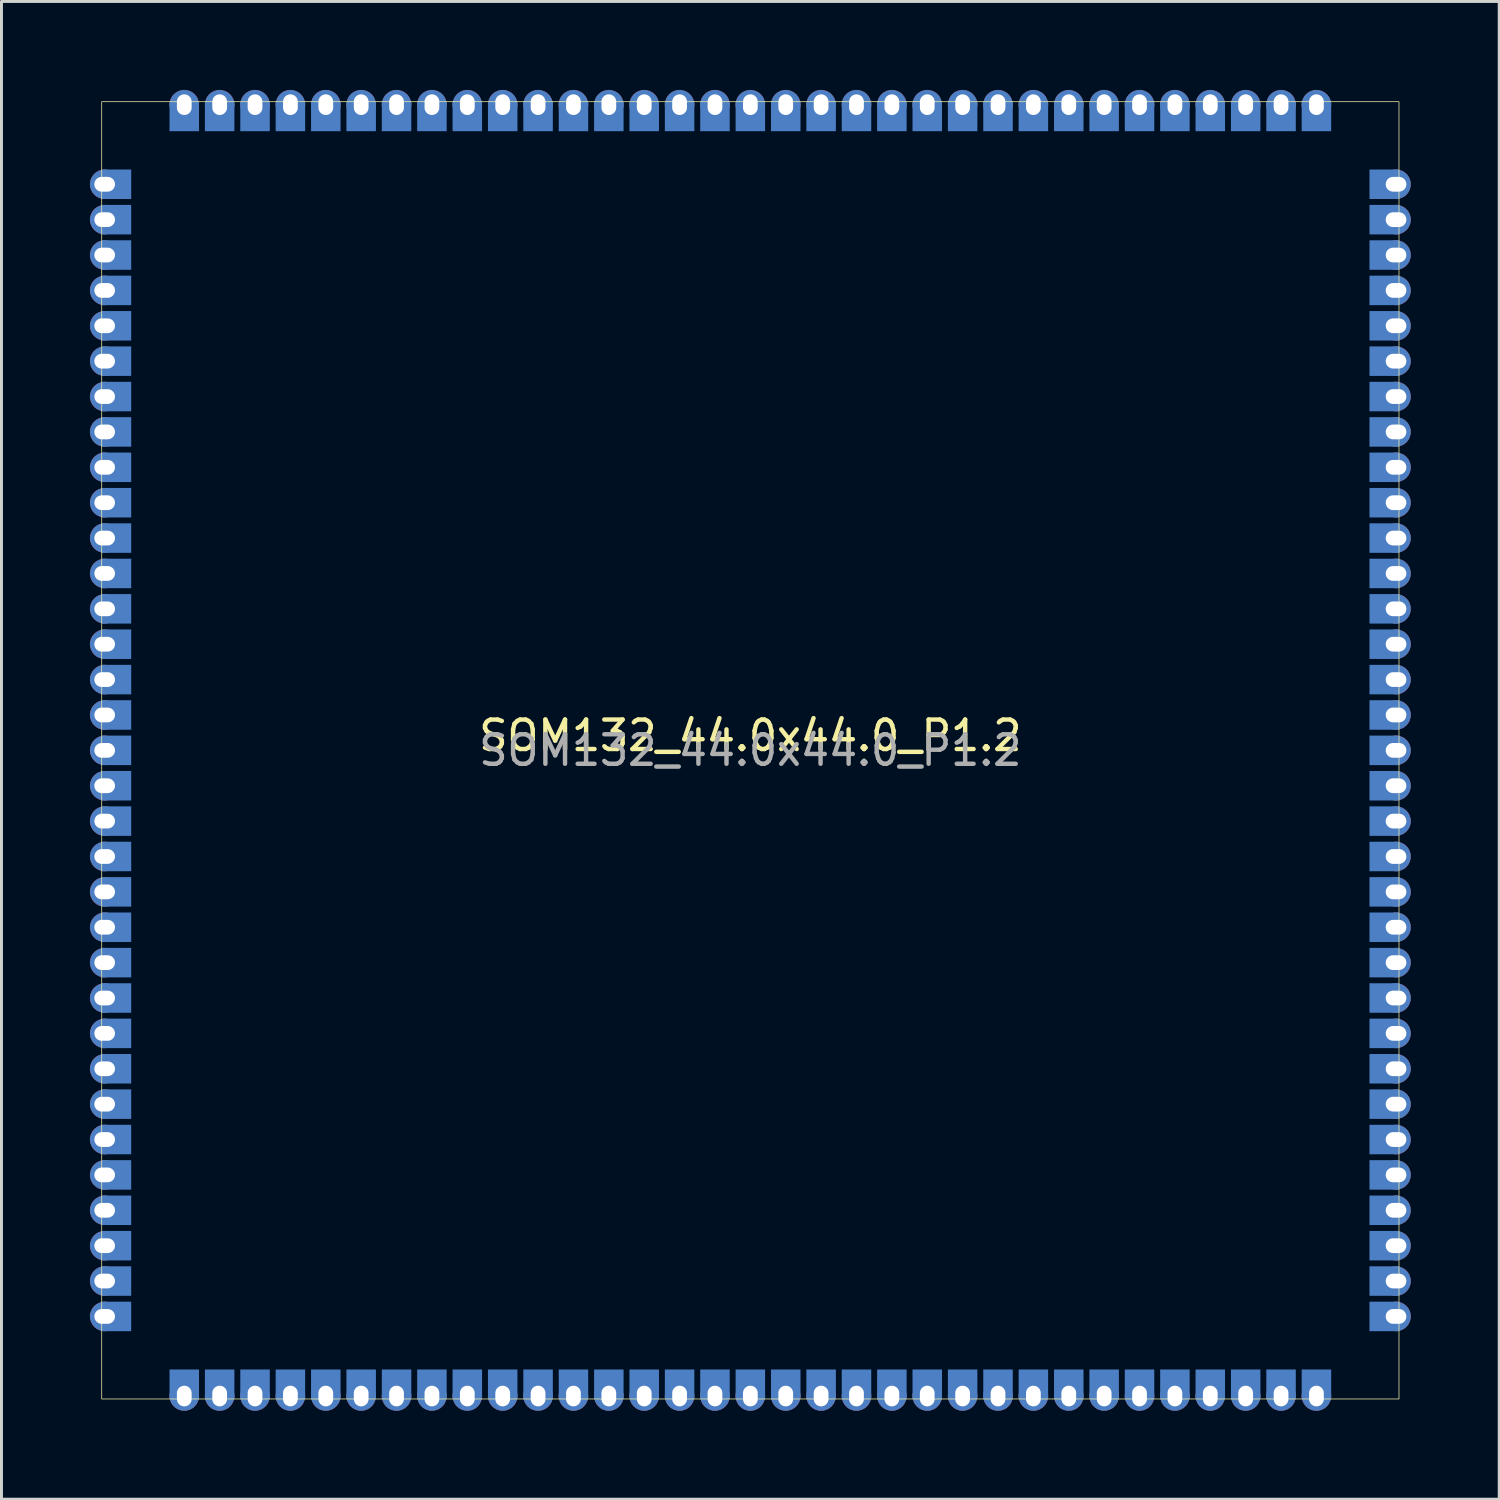
<source format=kicad_pcb>
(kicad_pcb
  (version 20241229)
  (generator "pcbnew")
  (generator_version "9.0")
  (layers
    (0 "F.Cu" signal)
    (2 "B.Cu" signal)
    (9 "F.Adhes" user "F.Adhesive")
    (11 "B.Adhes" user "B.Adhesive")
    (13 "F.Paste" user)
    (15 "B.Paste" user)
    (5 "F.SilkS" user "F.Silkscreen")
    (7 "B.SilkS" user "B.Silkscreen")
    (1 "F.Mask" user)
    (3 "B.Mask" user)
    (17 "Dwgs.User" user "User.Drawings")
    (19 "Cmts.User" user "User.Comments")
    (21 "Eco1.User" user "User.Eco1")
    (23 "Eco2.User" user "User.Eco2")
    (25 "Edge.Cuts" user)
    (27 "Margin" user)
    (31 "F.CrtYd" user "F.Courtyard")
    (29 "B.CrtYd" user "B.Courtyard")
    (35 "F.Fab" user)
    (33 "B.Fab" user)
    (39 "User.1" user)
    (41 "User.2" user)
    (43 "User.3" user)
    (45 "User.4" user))
  (footprint "SOM132_44.0x44.0_P1.2"
    (layer "F.Cu")
    (at 22.4 22.4)
    (property "Reference" "SOM132_44.0x44.0_P1.2" (at 0 -0.5 0) (unlocked yes) (layer "F.SilkS") (effects (font (size 1 1) (thickness 0.15))))
    (attr smd)
    (fp_rect (start -22 -22) (end 22 22) (stroke (width 0.025) (type solid)) (fill no) (layer "F.SilkS"))
    (fp_text user "${REFERENCE}" (at 0 0 0) (unlocked yes) (layer "F.Fab") (effects (font (size 1 1) (thickness 0.15))))
    (pad "1" thru_hole circle (at -21.9 -19.2) (size 1 1) (drill oval 0.7 0.5) (layers "*.Cu" "*.Mask"))
    (pad "1" smd rect (at -21.5 -19.2) (size 1 1) (layers "B.Cu" "B.Mask"))
    (pad "2" thru_hole circle (at -21.9 -18) (size 1 1) (drill oval 0.7 0.5) (layers "*.Cu" "*.Mask"))
    (pad "2" smd rect (at -21.5 -18) (size 1 1) (layers "B.Cu" "B.Mask"))
    (pad "3" thru_hole circle (at -21.9 -16.8) (size 1 1) (drill oval 0.7 0.5) (layers "*.Cu" "*.Mask"))
    (pad "3" smd rect (at -21.5 -16.8) (size 1 1) (layers "B.Cu" "B.Mask"))
    (pad "4" thru_hole circle (at -21.9 -15.6) (size 1 1) (drill oval 0.7 0.5) (layers "*.Cu" "*.Mask"))
    (pad "4" smd rect (at -21.5 -15.6) (size 1 1) (layers "B.Cu" "B.Mask"))
    (pad "5" thru_hole circle (at -21.9 -14.4) (size 1 1) (drill oval 0.7 0.5) (layers "*.Cu" "*.Mask"))
    (pad "5" smd rect (at -21.5 -14.4) (size 1 1) (layers "B.Cu" "B.Mask"))
    (pad "6" thru_hole circle (at -21.9 -13.2) (size 1 1) (drill oval 0.7 0.5) (layers "*.Cu" "*.Mask"))
    (pad "6" smd rect (at -21.5 -13.2) (size 1 1) (layers "B.Cu" "B.Mask"))
    (pad "7" thru_hole circle (at -21.9 -12) (size 1 1) (drill oval 0.7 0.5) (layers "*.Cu" "*.Mask"))
    (pad "7" smd rect (at -21.5 -12) (size 1 1) (layers "B.Cu" "B.Mask"))
    (pad "8" thru_hole circle (at -21.9 -10.8) (size 1 1) (drill oval 0.7 0.5) (layers "*.Cu" "*.Mask"))
    (pad "8" smd rect (at -21.5 -10.8) (size 1 1) (layers "B.Cu" "B.Mask"))
    (pad "9" thru_hole circle (at -21.9 -9.6) (size 1 1) (drill oval 0.7 0.5) (layers "*.Cu" "*.Mask"))
    (pad "9" smd rect (at -21.5 -9.6) (size 1 1) (layers "B.Cu" "B.Mask"))
    (pad "10" thru_hole circle (at -21.9 -8.4) (size 1 1) (drill oval 0.7 0.5) (layers "*.Cu" "*.Mask"))
    (pad "10" smd rect (at -21.5 -8.4) (size 1 1) (layers "B.Cu" "B.Mask"))
    (pad "11" thru_hole circle (at -21.9 -7.2) (size 1 1) (drill oval 0.7 0.5) (layers "*.Cu" "*.Mask"))
    (pad "11" smd rect (at -21.5 -7.2) (size 1 1) (layers "B.Cu" "B.Mask"))
    (pad "12" thru_hole circle (at -21.9 -6) (size 1 1) (drill oval 0.7 0.5) (layers "*.Cu" "*.Mask"))
    (pad "12" smd rect (at -21.5 -6) (size 1 1) (layers "B.Cu" "B.Mask"))
    (pad "13" thru_hole circle (at -21.9 -4.8) (size 1 1) (drill oval 0.7 0.5) (layers "*.Cu" "*.Mask"))
    (pad "13" smd rect (at -21.5 -4.8) (size 1 1) (layers "B.Cu" "B.Mask"))
    (pad "14" thru_hole circle (at -21.9 -3.6) (size 1 1) (drill oval 0.7 0.5) (layers "*.Cu" "*.Mask"))
    (pad "14" smd rect (at -21.5 -3.6) (size 1 1) (layers "B.Cu" "B.Mask"))
    (pad "15" thru_hole circle (at -21.9 -2.4) (size 1 1) (drill oval 0.7 0.5) (layers "*.Cu" "*.Mask"))
    (pad "15" smd rect (at -21.5 -2.4) (size 1 1) (layers "B.Cu" "B.Mask"))
    (pad "16" thru_hole circle (at -21.9 -1.2) (size 1 1) (drill oval 0.7 0.5) (layers "*.Cu" "*.Mask"))
    (pad "16" smd rect (at -21.5 -1.2) (size 1 1) (layers "B.Cu" "B.Mask"))
    (pad "17" thru_hole circle (at -21.9 0) (size 1 1) (drill oval 0.7 0.5) (layers "*.Cu" "*.Mask"))
    (pad "17" smd rect (at -21.5 0) (size 1 1) (layers "B.Cu" "B.Mask"))
    (pad "18" thru_hole circle (at -21.9 1.2) (size 1 1) (drill oval 0.7 0.5) (layers "*.Cu" "*.Mask"))
    (pad "18" smd rect (at -21.5 1.2) (size 1 1) (layers "B.Cu" "B.Mask"))
    (pad "19" thru_hole circle (at -21.9 2.4) (size 1 1) (drill oval 0.7 0.5) (layers "*.Cu" "*.Mask"))
    (pad "19" smd rect (at -21.5 2.4) (size 1 1) (layers "B.Cu" "B.Mask"))
    (pad "20" thru_hole circle (at -21.9 3.6) (size 1 1) (drill oval 0.7 0.5) (layers "*.Cu" "*.Mask"))
    (pad "20" smd rect (at -21.5 3.6) (size 1 1) (layers "B.Cu" "B.Mask"))
    (pad "21" thru_hole circle (at -21.9 4.8) (size 1 1) (drill oval 0.7 0.5) (layers "*.Cu" "*.Mask"))
    (pad "21" smd rect (at -21.5 4.8) (size 1 1) (layers "B.Cu" "B.Mask"))
    (pad "22" thru_hole circle (at -21.9 6) (size 1 1) (drill oval 0.7 0.5) (layers "*.Cu" "*.Mask"))
    (pad "22" smd rect (at -21.5 6) (size 1 1) (layers "B.Cu" "B.Mask"))
    (pad "23" thru_hole circle (at -21.9 7.2) (size 1 1) (drill oval 0.7 0.5) (layers "*.Cu" "*.Mask"))
    (pad "23" smd rect (at -21.5 7.2) (size 1 1) (layers "B.Cu" "B.Mask"))
    (pad "24" thru_hole circle (at -21.9 8.4) (size 1 1) (drill oval 0.7 0.5) (layers "*.Cu" "*.Mask"))
    (pad "24" smd rect (at -21.5 8.4) (size 1 1) (layers "B.Cu" "B.Mask"))
    (pad "25" thru_hole circle (at -21.9 9.6) (size 1 1) (drill oval 0.7 0.5) (layers "*.Cu" "*.Mask"))
    (pad "25" smd rect (at -21.5 9.6) (size 1 1) (layers "B.Cu" "B.Mask"))
    (pad "26" thru_hole circle (at -21.9 10.8) (size 1 1) (drill oval 0.7 0.5) (layers "*.Cu" "*.Mask"))
    (pad "26" smd rect (at -21.5 10.8) (size 1 1) (layers "B.Cu" "B.Mask"))
    (pad "27" thru_hole circle (at -21.9 12) (size 1 1) (drill oval 0.7 0.5) (layers "*.Cu" "*.Mask"))
    (pad "27" smd rect (at -21.5 12) (size 1 1) (layers "B.Cu" "B.Mask"))
    (pad "28" thru_hole circle (at -21.9 13.2) (size 1 1) (drill oval 0.7 0.5) (layers "*.Cu" "*.Mask"))
    (pad "28" smd rect (at -21.5 13.2) (size 1 1) (layers "B.Cu" "B.Mask"))
    (pad "29" thru_hole circle (at -21.9 14.4) (size 1 1) (drill oval 0.7 0.5) (layers "*.Cu" "*.Mask"))
    (pad "29" smd rect (at -21.5 14.4) (size 1 1) (layers "B.Cu" "B.Mask"))
    (pad "30" thru_hole circle (at -21.9 15.6) (size 1 1) (drill oval 0.7 0.5) (layers "*.Cu" "*.Mask"))
    (pad "30" smd rect (at -21.5 15.6) (size 1 1) (layers "B.Cu" "B.Mask"))
    (pad "31" thru_hole circle (at -21.9 16.8) (size 1 1) (drill oval 0.7 0.5) (layers "*.Cu" "*.Mask"))
    (pad "31" smd rect (at -21.5 16.8) (size 1 1) (layers "B.Cu" "B.Mask"))
    (pad "32" thru_hole circle (at -21.9 18) (size 1 1) (drill oval 0.7 0.5) (layers "*.Cu" "*.Mask"))
    (pad "32" smd rect (at -21.5 18) (size 1 1) (layers "B.Cu" "B.Mask"))
    (pad "33" thru_hole circle (at -21.9 19.2) (size 1 1) (drill oval 0.7 0.5) (layers "*.Cu" "*.Mask"))
    (pad "33" smd rect (at -21.5 19.2) (size 1 1) (layers "B.Cu" "B.Mask"))
    (pad "34" smd rect (at -19.2 21.5) (size 1 1) (layers "B.Cu" "B.Mask"))
    (pad "34" thru_hole circle (at -19.2 21.9 90) (size 1 1) (drill oval 0.7 0.5) (layers "*.Cu" "*.Mask"))
    (pad "35" smd rect (at -18 21.5) (size 1 1) (layers "B.Cu" "B.Mask"))
    (pad "35" thru_hole circle (at -18 21.9 90) (size 1 1) (drill oval 0.7 0.5) (layers "*.Cu" "*.Mask"))
    (pad "36" smd rect (at -16.8 21.5) (size 1 1) (layers "B.Cu" "B.Mask"))
    (pad "36" thru_hole circle (at -16.8 21.9 90) (size 1 1) (drill oval 0.7 0.5) (layers "*.Cu" "*.Mask"))
    (pad "37" smd rect (at -15.6 21.5) (size 1 1) (layers "B.Cu" "B.Mask"))
    (pad "37" thru_hole circle (at -15.6 21.9 90) (size 1 1) (drill oval 0.7 0.5) (layers "*.Cu" "*.Mask"))
    (pad "38" smd rect (at -14.4 21.5) (size 1 1) (layers "B.Cu" "B.Mask"))
    (pad "38" thru_hole circle (at -14.4 21.9 90) (size 1 1) (drill oval 0.7 0.5) (layers "*.Cu" "*.Mask"))
    (pad "39" smd rect (at -13.2 21.5) (size 1 1) (layers "B.Cu" "B.Mask"))
    (pad "39" thru_hole circle (at -13.2 21.9 90) (size 1 1) (drill oval 0.7 0.5) (layers "*.Cu" "*.Mask"))
    (pad "40" smd rect (at -12 21.5) (size 1 1) (layers "B.Cu" "B.Mask"))
    (pad "40" thru_hole circle (at -12 21.9 90) (size 1 1) (drill oval 0.7 0.5) (layers "*.Cu" "*.Mask"))
    (pad "41" smd rect (at -10.8 21.5) (size 1 1) (layers "B.Cu" "B.Mask"))
    (pad "41" thru_hole circle (at -10.8 21.9 90) (size 1 1) (drill oval 0.7 0.5) (layers "*.Cu" "*.Mask"))
    (pad "42" smd rect (at -9.6 21.5) (size 1 1) (layers "B.Cu" "B.Mask"))
    (pad "42" thru_hole circle (at -9.6 21.9 90) (size 1 1) (drill oval 0.7 0.5) (layers "*.Cu" "*.Mask"))
    (pad "43" smd rect (at -8.4 21.5) (size 1 1) (layers "B.Cu" "B.Mask"))
    (pad "43" thru_hole circle (at -8.4 21.9 90) (size 1 1) (drill oval 0.7 0.5) (layers "*.Cu" "*.Mask"))
    (pad "44" smd rect (at -7.2 21.5) (size 1 1) (layers "B.Cu" "B.Mask"))
    (pad "44" thru_hole circle (at -7.2 21.9 90) (size 1 1) (drill oval 0.7 0.5) (layers "*.Cu" "*.Mask"))
    (pad "45" smd rect (at -6 21.5) (size 1 1) (layers "B.Cu" "B.Mask"))
    (pad "45" thru_hole circle (at -6 21.9 90) (size 1 1) (drill oval 0.7 0.5) (layers "*.Cu" "*.Mask"))
    (pad "46" smd rect (at -4.8 21.5) (size 1 1) (layers "B.Cu" "B.Mask"))
    (pad "46" thru_hole circle (at -4.8 21.9 90) (size 1 1) (drill oval 0.7 0.5) (layers "*.Cu" "*.Mask"))
    (pad "47" smd rect (at -3.6 21.5) (size 1 1) (layers "B.Cu" "B.Mask"))
    (pad "47" thru_hole circle (at -3.6 21.9 90) (size 1 1) (drill oval 0.7 0.5) (layers "*.Cu" "*.Mask"))
    (pad "48" smd rect (at -2.4 21.5) (size 1 1) (layers "B.Cu" "B.Mask"))
    (pad "48" thru_hole circle (at -2.4 21.9 90) (size 1 1) (drill oval 0.7 0.5) (layers "*.Cu" "*.Mask"))
    (pad "49" smd rect (at -1.2 21.5) (size 1 1) (layers "B.Cu" "B.Mask"))
    (pad "49" thru_hole circle (at -1.2 21.9 90) (size 1 1) (drill oval 0.7 0.5) (layers "*.Cu" "*.Mask"))
    (pad "50" smd rect (at 0 21.5) (size 1 1) (layers "B.Cu" "B.Mask"))
    (pad "50" thru_hole circle (at 0 21.9 90) (size 1 1) (drill oval 0.7 0.5) (layers "*.Cu" "*.Mask"))
    (pad "51" smd rect (at 1.2 21.5) (size 1 1) (layers "B.Cu" "B.Mask"))
    (pad "51" thru_hole circle (at 1.2 21.9 90) (size 1 1) (drill oval 0.7 0.5) (layers "*.Cu" "*.Mask"))
    (pad "52" smd rect (at 2.4 21.5) (size 1 1) (layers "B.Cu" "B.Mask"))
    (pad "52" thru_hole circle (at 2.4 21.9 90) (size 1 1) (drill oval 0.7 0.5) (layers "*.Cu" "*.Mask"))
    (pad "53" smd rect (at 3.6 21.5) (size 1 1) (layers "B.Cu" "B.Mask"))
    (pad "53" thru_hole circle (at 3.6 21.9 90) (size 1 1) (drill oval 0.7 0.5) (layers "*.Cu" "*.Mask"))
    (pad "54" smd rect (at 4.8 21.5) (size 1 1) (layers "B.Cu" "B.Mask"))
    (pad "54" thru_hole circle (at 4.8 21.9 90) (size 1 1) (drill oval 0.7 0.5) (layers "*.Cu" "*.Mask"))
    (pad "55" smd rect (at 6 21.5) (size 1 1) (layers "B.Cu" "B.Mask"))
    (pad "55" thru_hole circle (at 6 21.9 90) (size 1 1) (drill oval 0.7 0.5) (layers "*.Cu" "*.Mask"))
    (pad "56" smd rect (at 7.2 21.5) (size 1 1) (layers "B.Cu" "B.Mask"))
    (pad "56" thru_hole circle (at 7.2 21.9 90) (size 1 1) (drill oval 0.7 0.5) (layers "*.Cu" "*.Mask"))
    (pad "57" smd rect (at 8.4 21.5) (size 1 1) (layers "B.Cu" "B.Mask"))
    (pad "57" thru_hole circle (at 8.4 21.9 90) (size 1 1) (drill oval 0.7 0.5) (layers "*.Cu" "*.Mask"))
    (pad "58" smd rect (at 9.6 21.5) (size 1 1) (layers "B.Cu" "B.Mask"))
    (pad "58" thru_hole circle (at 9.6 21.9 90) (size 1 1) (drill oval 0.7 0.5) (layers "*.Cu" "*.Mask"))
    (pad "59" smd rect (at 10.8 21.5) (size 1 1) (layers "B.Cu" "B.Mask"))
    (pad "59" thru_hole circle (at 10.8 21.9 90) (size 1 1) (drill oval 0.7 0.5) (layers "*.Cu" "*.Mask"))
    (pad "60" smd rect (at 12 21.5) (size 1 1) (layers "B.Cu" "B.Mask"))
    (pad "60" thru_hole circle (at 12 21.9 90) (size 1 1) (drill oval 0.7 0.5) (layers "*.Cu" "*.Mask"))
    (pad "61" smd rect (at 13.2 21.5) (size 1 1) (layers "B.Cu" "B.Mask"))
    (pad "61" thru_hole circle (at 13.2 21.9 90) (size 1 1) (drill oval 0.7 0.5) (layers "*.Cu" "*.Mask"))
    (pad "62" smd rect (at 14.4 21.5) (size 1 1) (layers "B.Cu" "B.Mask"))
    (pad "62" thru_hole circle (at 14.4 21.9 90) (size 1 1) (drill oval 0.7 0.5) (layers "*.Cu" "*.Mask"))
    (pad "63" smd rect (at 15.6 21.5) (size 1 1) (layers "B.Cu" "B.Mask"))
    (pad "63" thru_hole circle (at 15.6 21.9 90) (size 1 1) (drill oval 0.7 0.5) (layers "*.Cu" "*.Mask"))
    (pad "64" smd rect (at 16.8 21.5) (size 1 1) (layers "B.Cu" "B.Mask"))
    (pad "64" thru_hole circle (at 16.8 21.9 90) (size 1 1) (drill oval 0.7 0.5) (layers "*.Cu" "*.Mask"))
    (pad "65" smd rect (at 18 21.5) (size 1 1) (layers "B.Cu" "B.Mask"))
    (pad "65" thru_hole circle (at 18 21.9 90) (size 1 1) (drill oval 0.7 0.5) (layers "*.Cu" "*.Mask"))
    (pad "66" smd rect (at 19.2 21.5) (size 1 1) (layers "B.Cu" "B.Mask"))
    (pad "66" thru_hole circle (at 19.2 21.9 90) (size 1 1) (drill oval 0.7 0.5) (layers "*.Cu" "*.Mask"))
    (pad "67" smd rect (at 21.5 19.2) (size 1 1) (layers "B.Cu" "B.Mask"))
    (pad "67" thru_hole circle (at 21.9 19.2) (size 1 1) (drill oval 0.7 0.5) (layers "*.Cu" "*.Mask"))
    (pad "68" smd rect (at 21.5 18) (size 1 1) (layers "B.Cu" "B.Mask"))
    (pad "68" thru_hole circle (at 21.9 18) (size 1 1) (drill oval 0.7 0.5) (layers "*.Cu" "*.Mask"))
    (pad "69" smd rect (at 21.5 16.8) (size 1 1) (layers "B.Cu" "B.Mask"))
    (pad "69" thru_hole circle (at 21.9 16.8) (size 1 1) (drill oval 0.7 0.5) (layers "*.Cu" "*.Mask"))
    (pad "70" smd rect (at 21.5 15.6) (size 1 1) (layers "B.Cu" "B.Mask"))
    (pad "70" thru_hole circle (at 21.9 15.6) (size 1 1) (drill oval 0.7 0.5) (layers "*.Cu" "*.Mask"))
    (pad "71" smd rect (at 21.5 14.4) (size 1 1) (layers "B.Cu" "B.Mask"))
    (pad "71" thru_hole circle (at 21.9 14.4) (size 1 1) (drill oval 0.7 0.5) (layers "*.Cu" "*.Mask"))
    (pad "72" smd rect (at 21.5 13.2) (size 1 1) (layers "B.Cu" "B.Mask"))
    (pad "72" thru_hole circle (at 21.9 13.2) (size 1 1) (drill oval 0.7 0.5) (layers "*.Cu" "*.Mask"))
    (pad "73" smd rect (at 21.5 12) (size 1 1) (layers "B.Cu" "B.Mask"))
    (pad "73" thru_hole circle (at 21.9 12) (size 1 1) (drill oval 0.7 0.5) (layers "*.Cu" "*.Mask"))
    (pad "74" smd rect (at 21.5 10.8) (size 1 1) (layers "B.Cu" "B.Mask"))
    (pad "74" thru_hole circle (at 21.9 10.8) (size 1 1) (drill oval 0.7 0.5) (layers "*.Cu" "*.Mask"))
    (pad "75" smd rect (at 21.5 9.6) (size 1 1) (layers "B.Cu" "B.Mask"))
    (pad "75" thru_hole circle (at 21.9 9.6) (size 1 1) (drill oval 0.7 0.5) (layers "*.Cu" "*.Mask"))
    (pad "76" smd rect (at 21.5 8.4) (size 1 1) (layers "B.Cu" "B.Mask"))
    (pad "76" thru_hole circle (at 21.9 8.4) (size 1 1) (drill oval 0.7 0.5) (layers "*.Cu" "*.Mask"))
    (pad "77" smd rect (at 21.5 7.2) (size 1 1) (layers "B.Cu" "B.Mask"))
    (pad "77" thru_hole circle (at 21.9 7.2) (size 1 1) (drill oval 0.7 0.5) (layers "*.Cu" "*.Mask"))
    (pad "78" smd rect (at 21.5 6) (size 1 1) (layers "B.Cu" "B.Mask"))
    (pad "78" thru_hole circle (at 21.9 6) (size 1 1) (drill oval 0.7 0.5) (layers "*.Cu" "*.Mask"))
    (pad "79" smd rect (at 21.5 4.8) (size 1 1) (layers "B.Cu" "B.Mask"))
    (pad "79" thru_hole circle (at 21.9 4.8) (size 1 1) (drill oval 0.7 0.5) (layers "*.Cu" "*.Mask"))
    (pad "80" smd rect (at 21.5 3.6) (size 1 1) (layers "B.Cu" "B.Mask"))
    (pad "80" thru_hole circle (at 21.9 3.6) (size 1 1) (drill oval 0.7 0.5) (layers "*.Cu" "*.Mask"))
    (pad "81" smd rect (at 21.5 2.4) (size 1 1) (layers "B.Cu" "B.Mask"))
    (pad "81" thru_hole circle (at 21.9 2.4) (size 1 1) (drill oval 0.7 0.5) (layers "*.Cu" "*.Mask"))
    (pad "82" smd rect (at 21.5 1.2) (size 1 1) (layers "B.Cu" "B.Mask"))
    (pad "82" thru_hole circle (at 21.9 1.2) (size 1 1) (drill oval 0.7 0.5) (layers "*.Cu" "*.Mask"))
    (pad "83" smd rect (at 21.5 0) (size 1 1) (layers "B.Cu" "B.Mask"))
    (pad "83" thru_hole circle (at 21.9 0) (size 1 1) (drill oval 0.7 0.5) (layers "*.Cu" "*.Mask"))
    (pad "84" smd rect (at 21.5 -1.2) (size 1 1) (layers "B.Cu" "B.Mask"))
    (pad "84" thru_hole circle (at 21.9 -1.2) (size 1 1) (drill oval 0.7 0.5) (layers "*.Cu" "*.Mask"))
    (pad "85" smd rect (at 21.5 -2.4) (size 1 1) (layers "B.Cu" "B.Mask"))
    (pad "85" thru_hole circle (at 21.9 -2.4) (size 1 1) (drill oval 0.7 0.5) (layers "*.Cu" "*.Mask"))
    (pad "86" smd rect (at 21.5 -3.6) (size 1 1) (layers "B.Cu" "B.Mask"))
    (pad "86" thru_hole circle (at 21.9 -3.6) (size 1 1) (drill oval 0.7 0.5) (layers "*.Cu" "*.Mask"))
    (pad "87" smd rect (at 21.5 -4.8) (size 1 1) (layers "B.Cu" "B.Mask"))
    (pad "87" thru_hole circle (at 21.9 -4.8) (size 1 1) (drill oval 0.7 0.5) (layers "*.Cu" "*.Mask"))
    (pad "88" smd rect (at 21.5 -6) (size 1 1) (layers "B.Cu" "B.Mask"))
    (pad "88" thru_hole circle (at 21.9 -6) (size 1 1) (drill oval 0.7 0.5) (layers "*.Cu" "*.Mask"))
    (pad "89" smd rect (at 21.5 -7.2) (size 1 1) (layers "B.Cu" "B.Mask"))
    (pad "89" thru_hole circle (at 21.9 -7.2) (size 1 1) (drill oval 0.7 0.5) (layers "*.Cu" "*.Mask"))
    (pad "90" smd rect (at 21.5 -8.4) (size 1 1) (layers "B.Cu" "B.Mask"))
    (pad "90" thru_hole circle (at 21.9 -8.4) (size 1 1) (drill oval 0.7 0.5) (layers "*.Cu" "*.Mask"))
    (pad "91" smd rect (at 21.5 -9.6) (size 1 1) (layers "B.Cu" "B.Mask"))
    (pad "91" thru_hole circle (at 21.9 -9.6) (size 1 1) (drill oval 0.7 0.5) (layers "*.Cu" "*.Mask"))
    (pad "92" smd rect (at 21.5 -10.8) (size 1 1) (layers "B.Cu" "B.Mask"))
    (pad "92" thru_hole circle (at 21.9 -10.8) (size 1 1) (drill oval 0.7 0.5) (layers "*.Cu" "*.Mask"))
    (pad "93" smd rect (at 21.5 -12) (size 1 1) (layers "B.Cu" "B.Mask"))
    (pad "93" thru_hole circle (at 21.9 -12) (size 1 1) (drill oval 0.7 0.5) (layers "*.Cu" "*.Mask"))
    (pad "94" smd rect (at 21.5 -13.2) (size 1 1) (layers "B.Cu" "B.Mask"))
    (pad "94" thru_hole circle (at 21.9 -13.2) (size 1 1) (drill oval 0.7 0.5) (layers "*.Cu" "*.Mask"))
    (pad "95" smd rect (at 21.5 -14.4) (size 1 1) (layers "B.Cu" "B.Mask"))
    (pad "95" thru_hole circle (at 21.9 -14.4) (size 1 1) (drill oval 0.7 0.5) (layers "*.Cu" "*.Mask"))
    (pad "96" smd rect (at 21.5 -15.6) (size 1 1) (layers "B.Cu" "B.Mask"))
    (pad "96" thru_hole circle (at 21.9 -15.6) (size 1 1) (drill oval 0.7 0.5) (layers "*.Cu" "*.Mask"))
    (pad "97" smd rect (at 21.5 -16.8) (size 1 1) (layers "B.Cu" "B.Mask"))
    (pad "97" thru_hole circle (at 21.9 -16.8) (size 1 1) (drill oval 0.7 0.5) (layers "*.Cu" "*.Mask"))
    (pad "98" smd rect (at 21.5 -18) (size 1 1) (layers "B.Cu" "B.Mask"))
    (pad "98" thru_hole circle (at 21.9 -18) (size 1 1) (drill oval 0.7 0.5) (layers "*.Cu" "*.Mask"))
    (pad "99" smd rect (at 21.5 -19.2) (size 1 1) (layers "B.Cu" "B.Mask"))
    (pad "99" thru_hole circle (at 21.9 -19.2) (size 1 1) (drill oval 0.7 0.5) (layers "*.Cu" "*.Mask"))
    (pad "100" thru_hole circle (at 19.2 -21.9 90) (size 1 1) (drill oval 0.7 0.5) (layers "*.Cu" "*.Mask"))
    (pad "100" smd rect (at 19.2 -21.5) (size 1 1) (layers "B.Cu" "B.Mask"))
    (pad "101" thru_hole circle (at 18 -21.9 90) (size 1 1) (drill oval 0.7 0.5) (layers "*.Cu" "*.Mask"))
    (pad "101" smd rect (at 18 -21.5) (size 1 1) (layers "B.Cu" "B.Mask"))
    (pad "102" thru_hole circle (at 16.8 -21.9 90) (size 1 1) (drill oval 0.7 0.5) (layers "*.Cu" "*.Mask"))
    (pad "102" smd rect (at 16.8 -21.5) (size 1 1) (layers "B.Cu" "B.Mask"))
    (pad "103" thru_hole circle (at 15.6 -21.9 90) (size 1 1) (drill oval 0.7 0.5) (layers "*.Cu" "*.Mask"))
    (pad "103" smd rect (at 15.6 -21.5) (size 1 1) (layers "B.Cu" "B.Mask"))
    (pad "104" thru_hole circle (at 14.4 -21.9 90) (size 1 1) (drill oval 0.7 0.5) (layers "*.Cu" "*.Mask"))
    (pad "104" smd rect (at 14.4 -21.5) (size 1 1) (layers "B.Cu" "B.Mask"))
    (pad "105" thru_hole circle (at 13.2 -21.9 90) (size 1 1) (drill oval 0.7 0.5) (layers "*.Cu" "*.Mask"))
    (pad "105" smd rect (at 13.2 -21.5) (size 1 1) (layers "B.Cu" "B.Mask"))
    (pad "106" thru_hole circle (at 12 -21.9 90) (size 1 1) (drill oval 0.7 0.5) (layers "*.Cu" "*.Mask"))
    (pad "106" smd rect (at 12 -21.5) (size 1 1) (layers "B.Cu" "B.Mask"))
    (pad "107" thru_hole circle (at 10.8 -21.9 90) (size 1 1) (drill oval 0.7 0.5) (layers "*.Cu" "*.Mask"))
    (pad "107" smd rect (at 10.8 -21.5) (size 1 1) (layers "B.Cu" "B.Mask"))
    (pad "108" thru_hole circle (at 9.6 -21.9 90) (size 1 1) (drill oval 0.7 0.5) (layers "*.Cu" "*.Mask"))
    (pad "108" smd rect (at 9.6 -21.5) (size 1 1) (layers "B.Cu" "B.Mask"))
    (pad "109" thru_hole circle (at 8.4 -21.9 90) (size 1 1) (drill oval 0.7 0.5) (layers "*.Cu" "*.Mask"))
    (pad "109" smd rect (at 8.4 -21.5) (size 1 1) (layers "B.Cu" "B.Mask"))
    (pad "110" thru_hole circle (at 7.2 -21.9 90) (size 1 1) (drill oval 0.7 0.5) (layers "*.Cu" "*.Mask"))
    (pad "110" smd rect (at 7.2 -21.5) (size 1 1) (layers "B.Cu" "B.Mask"))
    (pad "111" thru_hole circle (at 6 -21.9 90) (size 1 1) (drill oval 0.7 0.5) (layers "*.Cu" "*.Mask"))
    (pad "111" smd rect (at 6 -21.5) (size 1 1) (layers "B.Cu" "B.Mask"))
    (pad "112" thru_hole circle (at 4.8 -21.9 90) (size 1 1) (drill oval 0.7 0.5) (layers "*.Cu" "*.Mask"))
    (pad "112" smd rect (at 4.8 -21.5) (size 1 1) (layers "B.Cu" "B.Mask"))
    (pad "113" thru_hole circle (at 3.6 -21.9 90) (size 1 1) (drill oval 0.7 0.5) (layers "*.Cu" "*.Mask"))
    (pad "113" smd rect (at 3.6 -21.5) (size 1 1) (layers "B.Cu" "B.Mask"))
    (pad "114" thru_hole circle (at 2.4 -21.9 90) (size 1 1) (drill oval 0.7 0.5) (layers "*.Cu" "*.Mask"))
    (pad "114" smd rect (at 2.4 -21.5) (size 1 1) (layers "B.Cu" "B.Mask"))
    (pad "115" thru_hole circle (at 1.2 -21.9 90) (size 1 1) (drill oval 0.7 0.5) (layers "*.Cu" "*.Mask"))
    (pad "115" smd rect (at 1.2 -21.5) (size 1 1) (layers "B.Cu" "B.Mask"))
    (pad "116" thru_hole circle (at 0 -21.9 90) (size 1 1) (drill oval 0.7 0.5) (layers "*.Cu" "*.Mask"))
    (pad "116" smd rect (at 0 -21.5) (size 1 1) (layers "B.Cu" "B.Mask"))
    (pad "117" thru_hole circle (at -1.2 -21.9 90) (size 1 1) (drill oval 0.7 0.5) (layers "*.Cu" "*.Mask"))
    (pad "117" smd rect (at -1.2 -21.5) (size 1 1) (layers "B.Cu" "B.Mask"))
    (pad "118" thru_hole circle (at -2.4 -21.9 90) (size 1 1) (drill oval 0.7 0.5) (layers "*.Cu" "*.Mask"))
    (pad "118" smd rect (at -2.4 -21.5) (size 1 1) (layers "B.Cu" "B.Mask"))
    (pad "119" thru_hole circle (at -3.6 -21.9 90) (size 1 1) (drill oval 0.7 0.5) (layers "*.Cu" "*.Mask"))
    (pad "119" smd rect (at -3.6 -21.5) (size 1 1) (layers "B.Cu" "B.Mask"))
    (pad "120" thru_hole circle (at -4.8 -21.9 90) (size 1 1) (drill oval 0.7 0.5) (layers "*.Cu" "*.Mask"))
    (pad "120" smd rect (at -4.8 -21.5) (size 1 1) (layers "B.Cu" "B.Mask"))
    (pad "121" thru_hole circle (at -6 -21.9 90) (size 1 1) (drill oval 0.7 0.5) (layers "*.Cu" "*.Mask"))
    (pad "121" smd rect (at -6 -21.5) (size 1 1) (layers "B.Cu" "B.Mask"))
    (pad "122" thru_hole circle (at -7.2 -21.9 90) (size 1 1) (drill oval 0.7 0.5) (layers "*.Cu" "*.Mask"))
    (pad "122" smd rect (at -7.2 -21.5) (size 1 1) (layers "B.Cu" "B.Mask"))
    (pad "123" thru_hole circle (at -8.4 -21.9 90) (size 1 1) (drill oval 0.7 0.5) (layers "*.Cu" "*.Mask"))
    (pad "123" smd rect (at -8.4 -21.5) (size 1 1) (layers "B.Cu" "B.Mask"))
    (pad "124" thru_hole circle (at -9.6 -21.9 90) (size 1 1) (drill oval 0.7 0.5) (layers "*.Cu" "*.Mask"))
    (pad "124" smd rect (at -9.6 -21.5) (size 1 1) (layers "B.Cu" "B.Mask"))
    (pad "125" thru_hole circle (at -10.8 -21.9 90) (size 1 1) (drill oval 0.7 0.5) (layers "*.Cu" "*.Mask"))
    (pad "125" smd rect (at -10.8 -21.5) (size 1 1) (layers "B.Cu" "B.Mask"))
    (pad "126" thru_hole circle (at -12 -21.9 90) (size 1 1) (drill oval 0.7 0.5) (layers "*.Cu" "*.Mask"))
    (pad "126" smd rect (at -12 -21.5) (size 1 1) (layers "B.Cu" "B.Mask"))
    (pad "127" thru_hole circle (at -13.2 -21.9 90) (size 1 1) (drill oval 0.7 0.5) (layers "*.Cu" "*.Mask"))
    (pad "127" smd rect (at -13.2 -21.5) (size 1 1) (layers "B.Cu" "B.Mask"))
    (pad "128" thru_hole circle (at -14.4 -21.9 90) (size 1 1) (drill oval 0.7 0.5) (layers "*.Cu" "*.Mask"))
    (pad "128" smd rect (at -14.4 -21.5) (size 1 1) (layers "B.Cu" "B.Mask"))
    (pad "129" thru_hole circle (at -15.6 -21.9 90) (size 1 1) (drill oval 0.7 0.5) (layers "*.Cu" "*.Mask"))
    (pad "129" smd rect (at -15.6 -21.5) (size 1 1) (layers "B.Cu" "B.Mask"))
    (pad "130" thru_hole circle (at -16.8 -21.9 90) (size 1 1) (drill oval 0.7 0.5) (layers "*.Cu" "*.Mask"))
    (pad "130" smd rect (at -16.8 -21.5) (size 1 1) (layers "B.Cu" "B.Mask"))
    (pad "131" thru_hole circle (at -18 -21.9 90) (size 1 1) (drill oval 0.7 0.5) (layers "*.Cu" "*.Mask"))
    (pad "131" smd rect (at -18 -21.5) (size 1 1) (layers "B.Cu" "B.Mask"))
    (pad "132" thru_hole circle (at -19.2 -21.9 90) (size 1 1) (drill oval 0.7 0.5) (layers "*.Cu" "*.Mask"))
    (pad "132" smd rect (at -19.2 -21.5) (size 1 1) (layers "B.Cu" "B.Mask")))
  (gr_rect
    (start -3 -3)
    (end 47.8 47.8)
    (stroke (width 0.1) (type default))
    (fill no)
    (layer "Edge.Cuts")))
</source>
